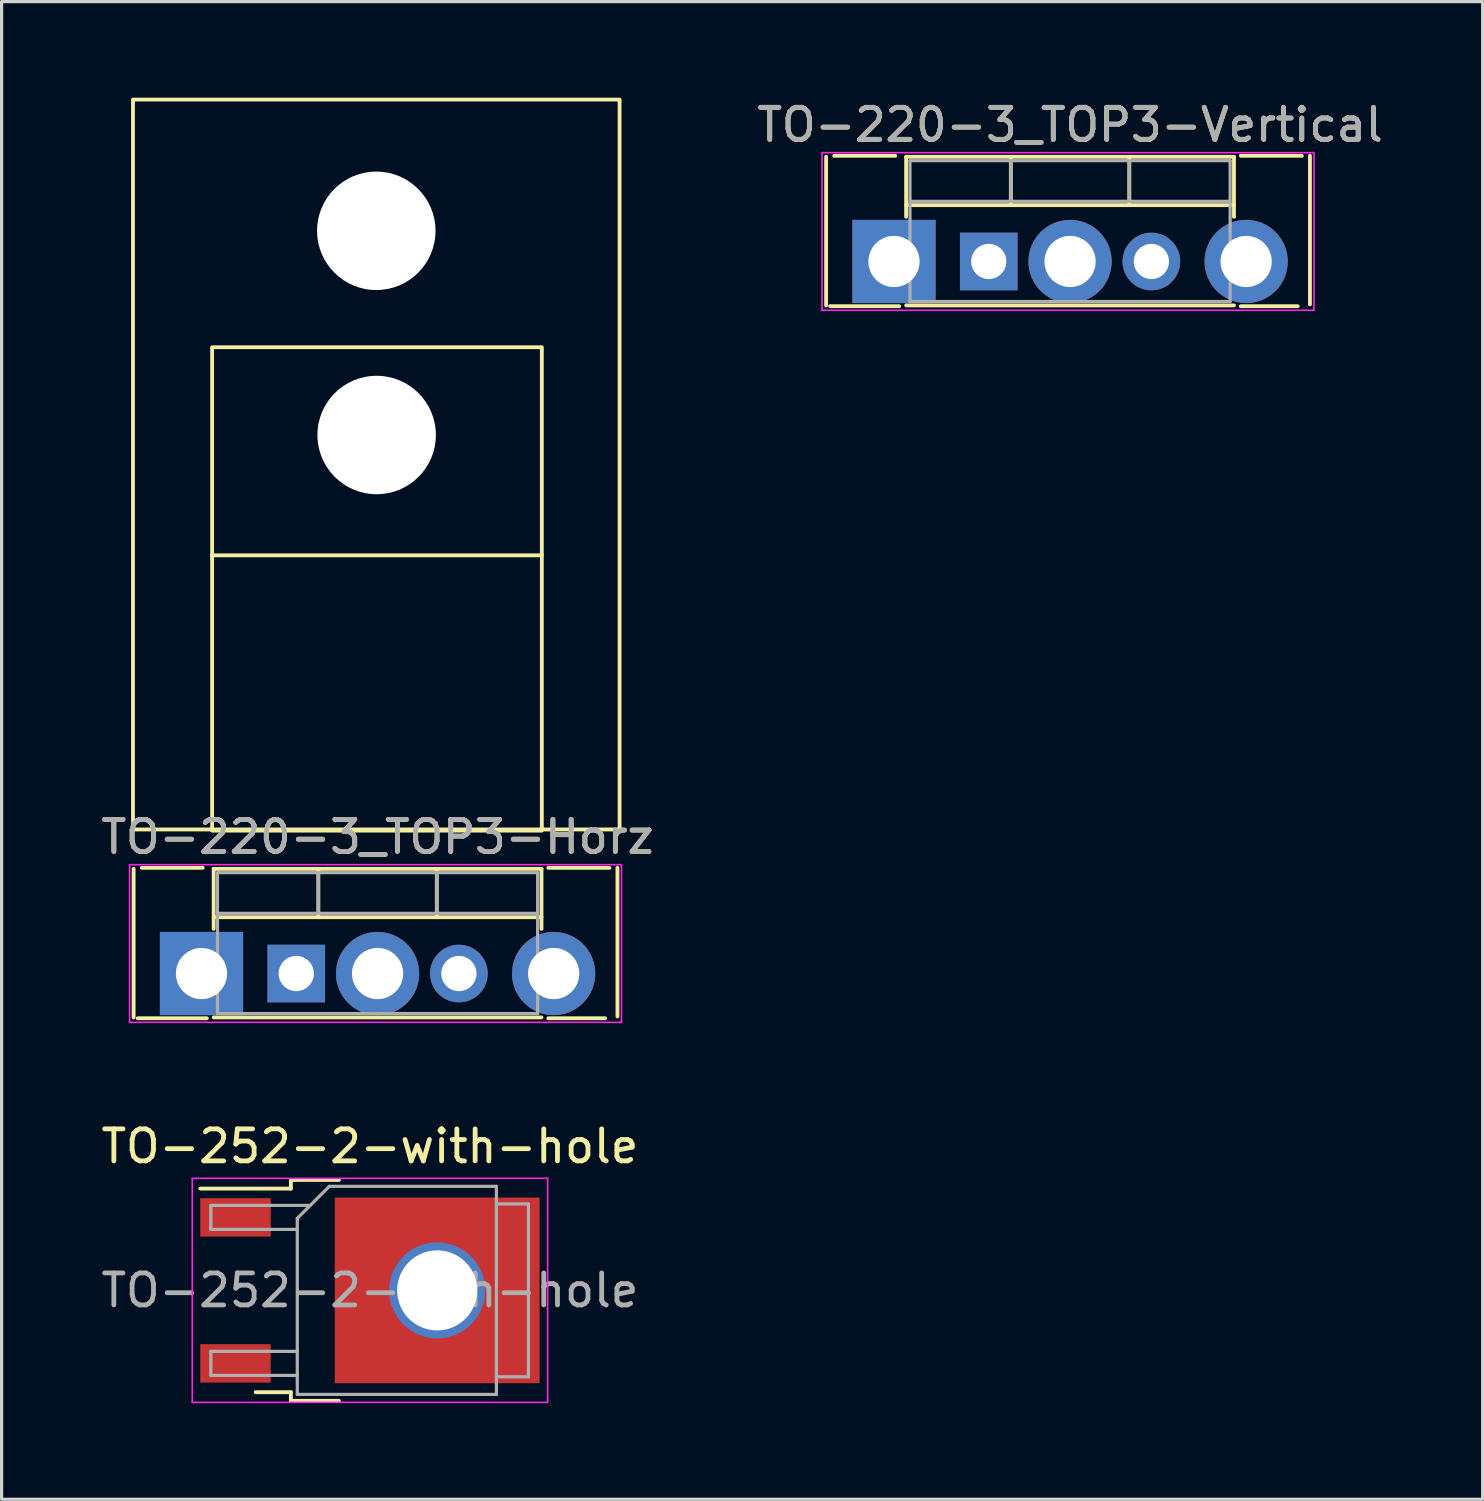
<source format=kicad_pcb>
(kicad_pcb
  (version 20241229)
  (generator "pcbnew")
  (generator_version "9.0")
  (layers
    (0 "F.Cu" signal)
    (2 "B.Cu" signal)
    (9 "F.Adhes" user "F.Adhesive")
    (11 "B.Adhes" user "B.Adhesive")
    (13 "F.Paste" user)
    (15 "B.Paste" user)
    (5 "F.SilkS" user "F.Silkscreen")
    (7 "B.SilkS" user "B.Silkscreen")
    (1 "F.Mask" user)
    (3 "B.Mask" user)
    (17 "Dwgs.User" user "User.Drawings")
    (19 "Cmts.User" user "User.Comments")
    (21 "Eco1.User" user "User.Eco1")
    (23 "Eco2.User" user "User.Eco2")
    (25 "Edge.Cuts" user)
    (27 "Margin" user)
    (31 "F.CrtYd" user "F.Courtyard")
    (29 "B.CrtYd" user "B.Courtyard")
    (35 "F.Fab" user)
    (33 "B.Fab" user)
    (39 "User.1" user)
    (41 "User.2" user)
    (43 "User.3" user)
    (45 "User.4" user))
  (footprint "TO-220-3_TOP3-Horz"
    (layer "F.Cu")
    (at 6.204 27.36)
    (property "Reference" "TO-220-3_TOP3-Horz" (at 2.54 -4.27 0) (layer "F.SilkS") (effects (font (size 1 1) (thickness 0.15))))
    (attr through_hole)
    (fp_line (start -5.08 -3.27) (end -5.08 1.371) (stroke (width 0.12) (type solid)) (layer "F.SilkS"))
    (fp_line (start -4.953 1.397) (end -2.794 1.397) (stroke (width 0.12) (type solid)) (layer "F.SilkS"))
    (fp_line (start -4.826 -3.302) (end -2.921 -3.302) (stroke (width 0.12) (type solid)) (layer "F.SilkS"))
    (fp_line (start -2.629 -13.064) (end 7.671 -13.064) (stroke (width 0.12) (type default)) (layer "F.SilkS"))
    (fp_line (start -2.58 -3.27) (end -2.58 -1.397) (stroke (width 0.12) (type solid)) (layer "F.SilkS"))
    (fp_line (start -2.58 -3.27) (end 7.66 -3.27) (stroke (width 0.12) (type solid)) (layer "F.SilkS"))
    (fp_line (start -2.58 -1.76) (end 7.66 -1.76) (stroke (width 0.12) (type solid)) (layer "F.SilkS"))
    (fp_line (start -2.58 1.371) (end 7.66 1.371) (stroke (width 0.12) (type solid)) (layer "F.SilkS"))
    (fp_line (start 0.69 -3.27) (end 0.69 -1.76) (stroke (width 0.12) (type solid)) (layer "F.SilkS"))
    (fp_line (start 4.391 -3.27) (end 4.391 -1.76) (stroke (width 0.12) (type solid)) (layer "F.SilkS"))
    (fp_line (start 7.66 -3.27) (end 7.66 -1.397) (stroke (width 0.12) (type solid)) (layer "F.SilkS"))
    (fp_line (start 7.874 -3.302) (end 9.779 -3.302) (stroke (width 0.12) (type solid)) (layer "F.SilkS"))
    (fp_line (start 9.652 1.397) (end 7.874 1.397) (stroke (width 0.12) (type solid)) (layer "F.SilkS"))
    (fp_line (start 10.033 -3.302) (end 10.033 1.339) (stroke (width 0.12) (type solid)) (layer "F.SilkS"))
    (fp_rect (start -5.1 -27.3) (end 10.1 -4.5) (stroke (width 0.12) (type default)) (fill no) (layer "F.SilkS"))
    (fp_rect (start -2.629 -19.564) (end 7.671 -4.464) (stroke (width 0.12) (type default)) (fill no) (layer "F.SilkS"))
    (fp_line (start -5.207 -3.4) (end -5.207 1.524) (stroke (width 0.05) (type solid)) (layer "F.CrtYd"))
    (fp_line (start -5.207 1.524) (end 10.16 1.524) (stroke (width 0.05) (type solid)) (layer "F.CrtYd"))
    (fp_line (start 10.16 -3.4) (end -5.207 -3.4) (stroke (width 0.05) (type solid)) (layer "F.CrtYd"))
    (fp_line (start 10.16 1.51) (end 10.16 -3.4) (stroke (width 0.05) (type solid)) (layer "F.CrtYd"))
    (fp_line (start -2.46 -3.15) (end -2.46 1.25) (stroke (width 0.1) (type solid)) (layer "F.Fab"))
    (fp_line (start -2.46 -1.88) (end 7.54 -1.88) (stroke (width 0.1) (type solid)) (layer "F.Fab"))
    (fp_line (start -2.46 1.25) (end 7.54 1.25) (stroke (width 0.1) (type solid)) (layer "F.Fab"))
    (fp_line (start 0.69 -3.15) (end 0.69 -1.88) (stroke (width 0.1) (type solid)) (layer "F.Fab"))
    (fp_line (start 4.39 -3.15) (end 4.39 -1.88) (stroke (width 0.1) (type solid)) (layer "F.Fab"))
    (fp_line (start 7.54 -3.15) (end -2.46 -3.15) (stroke (width 0.1) (type solid)) (layer "F.Fab"))
    (fp_line (start 7.54 1.25) (end 7.54 -3.15) (stroke (width 0.1) (type solid)) (layer "F.Fab"))
    (fp_text user "${REFERENCE}" (at 2.54 -4.27 0) (layer "F.Fab") (effects (font (size 1 1) (thickness 0.15))))
    (pad "" np_thru_hole circle (at 2.5 -23.2) (size 3.7 3.7) (drill 3.7) (layers "*.Cu" "*.Mask"))
    (pad "" np_thru_hole circle (at 2.511 -16.822) (size 3.7 3.7) (drill 3.7) (layers "*.Cu" "*.Mask"))
    (pad "1" thru_hole rect (at -2.96 0) (size 2.6 2.6) (drill 1.6) (layers "*.Cu" "*.Mask"))
    (pad "1" thru_hole rect (at 0 0) (size 1.8 1.8) (drill 1.1) (layers "*.Cu" "*.Mask"))
    (pad "2" thru_hole oval (at 2.54 0) (size 2.6 2.6) (drill 1.6) (layers "*.Cu" "*.Mask"))
    (pad "3" thru_hole oval (at 5.08 0) (size 1.8 1.8) (drill 1.1) (layers "*.Cu" "*.Mask"))
    (pad "3" thru_hole oval (at 8.04 0) (size 2.6 2.6) (drill 1.6) (layers "*.Cu" "*.Mask")))
  (footprint "TO-252-2-with-hole"
    (layer "F.Cu")
    (at 8.506 37.257)
    (property "Reference" "TO-252-2-with-hole" (at 0 -4.5 0) (layer "F.SilkS") (effects (font (size 1 1) (thickness 0.15))))
    (attr smd)
    (fp_line (start -2.47 -3.45) (end -2.47 -3.18) (stroke (width 0.12) (type solid)) (layer "F.SilkS"))
    (fp_line (start -2.47 -3.18) (end -5.3 -3.18) (stroke (width 0.12) (type solid)) (layer "F.SilkS"))
    (fp_line (start -2.47 3.18) (end -3.57 3.18) (stroke (width 0.12) (type solid)) (layer "F.SilkS"))
    (fp_line (start -2.47 3.45) (end -2.47 3.18) (stroke (width 0.12) (type solid)) (layer "F.SilkS"))
    (fp_line (start -0.97 -3.45) (end -2.47 -3.45) (stroke (width 0.12) (type solid)) (layer "F.SilkS"))
    (fp_line (start -0.97 3.45) (end -2.47 3.45) (stroke (width 0.12) (type solid)) (layer "F.SilkS"))
    (fp_line (start -5.55 -3.5) (end -5.55 3.5) (stroke (width 0.05) (type solid)) (layer "F.CrtYd"))
    (fp_line (start -5.55 3.5) (end 5.55 3.5) (stroke (width 0.05) (type solid)) (layer "F.CrtYd"))
    (fp_line (start 5.55 -3.5) (end -5.55 -3.5) (stroke (width 0.05) (type solid)) (layer "F.CrtYd"))
    (fp_line (start 5.55 3.5) (end 5.55 -3.5) (stroke (width 0.05) (type solid)) (layer "F.CrtYd"))
    (fp_line (start -4.97 -2.655) (end -4.97 -1.905) (stroke (width 0.1) (type solid)) (layer "F.Fab"))
    (fp_line (start -4.97 -1.905) (end -2.27 -1.905) (stroke (width 0.1) (type solid)) (layer "F.Fab"))
    (fp_line (start -4.97 1.905) (end -4.97 2.655) (stroke (width 0.1) (type solid)) (layer "F.Fab"))
    (fp_line (start -4.97 2.655) (end -2.27 2.655) (stroke (width 0.1) (type solid)) (layer "F.Fab"))
    (fp_line (start -2.27 -2.25) (end -1.27 -3.25) (stroke (width 0.1) (type solid)) (layer "F.Fab"))
    (fp_line (start -2.27 1.905) (end -4.97 1.905) (stroke (width 0.1) (type solid)) (layer "F.Fab"))
    (fp_line (start -2.27 3.25) (end -2.27 -2.25) (stroke (width 0.1) (type solid)) (layer "F.Fab"))
    (fp_line (start -1.865 -2.655) (end -4.97 -2.655) (stroke (width 0.1) (type solid)) (layer "F.Fab"))
    (fp_line (start -1.27 -3.25) (end 3.95 -3.25) (stroke (width 0.1) (type solid)) (layer "F.Fab"))
    (fp_line (start 3.95 -3.25) (end 3.95 3.25) (stroke (width 0.1) (type solid)) (layer "F.Fab"))
    (fp_line (start 3.95 -2.7) (end 4.95 -2.7) (stroke (width 0.1) (type solid)) (layer "F.Fab"))
    (fp_line (start 3.95 3.25) (end -2.27 3.25) (stroke (width 0.1) (type solid)) (layer "F.Fab"))
    (fp_line (start 4.95 -2.7) (end 4.95 2.7) (stroke (width 0.1) (type solid)) (layer "F.Fab"))
    (fp_line (start 4.95 2.7) (end 3.95 2.7) (stroke (width 0.1) (type solid)) (layer "F.Fab"))
    (fp_text user "${REFERENCE}" (at 0 0 0) (layer "F.Fab") (effects (font (size 1 1) (thickness 0.15))))
    (pad "1" smd rect (at -4.2 -2.28) (size 2.2 1.2) (layers "F.Cu" "F.Mask" "F.Paste"))
    (pad "2" thru_hole circle (at 2.1 0) (size 3 3) (drill 2.5) (layers "*.Cu" "*.Mask"))
    (pad "2" smd rect (at 2.1 0) (size 6.4 5.8) (layers "F.Cu" "F.Mask" "F.Paste"))
    (pad "3" smd rect (at -4.2 2.28) (size 2.2 1.2) (layers "F.Cu" "F.Mask" "F.Paste")))
  (footprint "TO-220-3_TOP3-Vertical"
    (layer "F.Cu")
    (at 27.835 5.118)
    (property "Reference" "TO-220-3_TOP3-Vertical" (at 2.54 -4.27 0) (layer "F.SilkS") (effects (font (size 1 1) (thickness 0.15))))
    (attr through_hole)
    (fp_line (start -5.08 -3.27) (end -5.08 1.371) (stroke (width 0.12) (type solid)) (layer "F.SilkS"))
    (fp_line (start -4.953 1.397) (end -2.794 1.397) (stroke (width 0.12) (type solid)) (layer "F.SilkS"))
    (fp_line (start -4.826 -3.302) (end -2.921 -3.302) (stroke (width 0.12) (type solid)) (layer "F.SilkS"))
    (fp_line (start -2.58 -3.27) (end -2.58 -1.397) (stroke (width 0.12) (type solid)) (layer "F.SilkS"))
    (fp_line (start -2.58 -3.27) (end 7.66 -3.27) (stroke (width 0.12) (type solid)) (layer "F.SilkS"))
    (fp_line (start -2.58 -1.76) (end 7.66 -1.76) (stroke (width 0.12) (type solid)) (layer "F.SilkS"))
    (fp_line (start -2.58 1.371) (end 7.66 1.371) (stroke (width 0.12) (type solid)) (layer "F.SilkS"))
    (fp_line (start 0.69 -3.27) (end 0.69 -1.76) (stroke (width 0.12) (type solid)) (layer "F.SilkS"))
    (fp_line (start 4.391 -3.27) (end 4.391 -1.76) (stroke (width 0.12) (type solid)) (layer "F.SilkS"))
    (fp_line (start 7.66 -3.27) (end 7.66 -1.397) (stroke (width 0.12) (type solid)) (layer "F.SilkS"))
    (fp_line (start 7.874 -3.302) (end 9.779 -3.302) (stroke (width 0.12) (type solid)) (layer "F.SilkS"))
    (fp_line (start 9.652 1.397) (end 7.874 1.397) (stroke (width 0.12) (type solid)) (layer "F.SilkS"))
    (fp_line (start 10.033 -3.302) (end 10.033 1.339) (stroke (width 0.12) (type solid)) (layer "F.SilkS"))
    (fp_line (start -5.207 -3.4) (end -5.207 1.524) (stroke (width 0.05) (type solid)) (layer "F.CrtYd"))
    (fp_line (start -5.207 1.524) (end 10.16 1.524) (stroke (width 0.05) (type solid)) (layer "F.CrtYd"))
    (fp_line (start 10.16 -3.4) (end -5.207 -3.4) (stroke (width 0.05) (type solid)) (layer "F.CrtYd"))
    (fp_line (start 10.16 1.51) (end 10.16 -3.4) (stroke (width 0.05) (type solid)) (layer "F.CrtYd"))
    (fp_line (start -2.46 -3.15) (end -2.46 1.25) (stroke (width 0.1) (type solid)) (layer "F.Fab"))
    (fp_line (start -2.46 -1.88) (end 7.54 -1.88) (stroke (width 0.1) (type solid)) (layer "F.Fab"))
    (fp_line (start -2.46 1.25) (end 7.54 1.25) (stroke (width 0.1) (type solid)) (layer "F.Fab"))
    (fp_line (start 0.69 -3.15) (end 0.69 -1.88) (stroke (width 0.1) (type solid)) (layer "F.Fab"))
    (fp_line (start 4.39 -3.15) (end 4.39 -1.88) (stroke (width 0.1) (type solid)) (layer "F.Fab"))
    (fp_line (start 7.54 -3.15) (end -2.46 -3.15) (stroke (width 0.1) (type solid)) (layer "F.Fab"))
    (fp_line (start 7.54 1.25) (end 7.54 -3.15) (stroke (width 0.1) (type solid)) (layer "F.Fab"))
    (fp_text user "${REFERENCE}" (at 2.54 -4.27 0) (layer "F.Fab") (effects (font (size 1 1) (thickness 0.15))))
    (pad "1" thru_hole rect (at -2.96 0) (size 2.6 2.6) (drill 1.6) (layers "*.Cu" "*.Mask"))
    (pad "1" thru_hole rect (at 0 0) (size 1.8 1.8) (drill 1.1) (layers "*.Cu" "*.Mask"))
    (pad "2" thru_hole oval (at 2.54 0) (size 2.6 2.6) (drill 1.6) (layers "*.Cu" "*.Mask"))
    (pad "3" thru_hole oval (at 5.08 0) (size 1.8 1.8) (drill 1.1) (layers "*.Cu" "*.Mask"))
    (pad "3" thru_hole oval (at 8.04 0) (size 2.6 2.6) (drill 1.6) (layers "*.Cu" "*.Mask")))
  (gr_rect
    (start -3 -3)
    (end 43.262 43.782)
    (stroke (width 0.1) (type default))
    (fill no)
    (layer "Edge.Cuts")))
</source>
